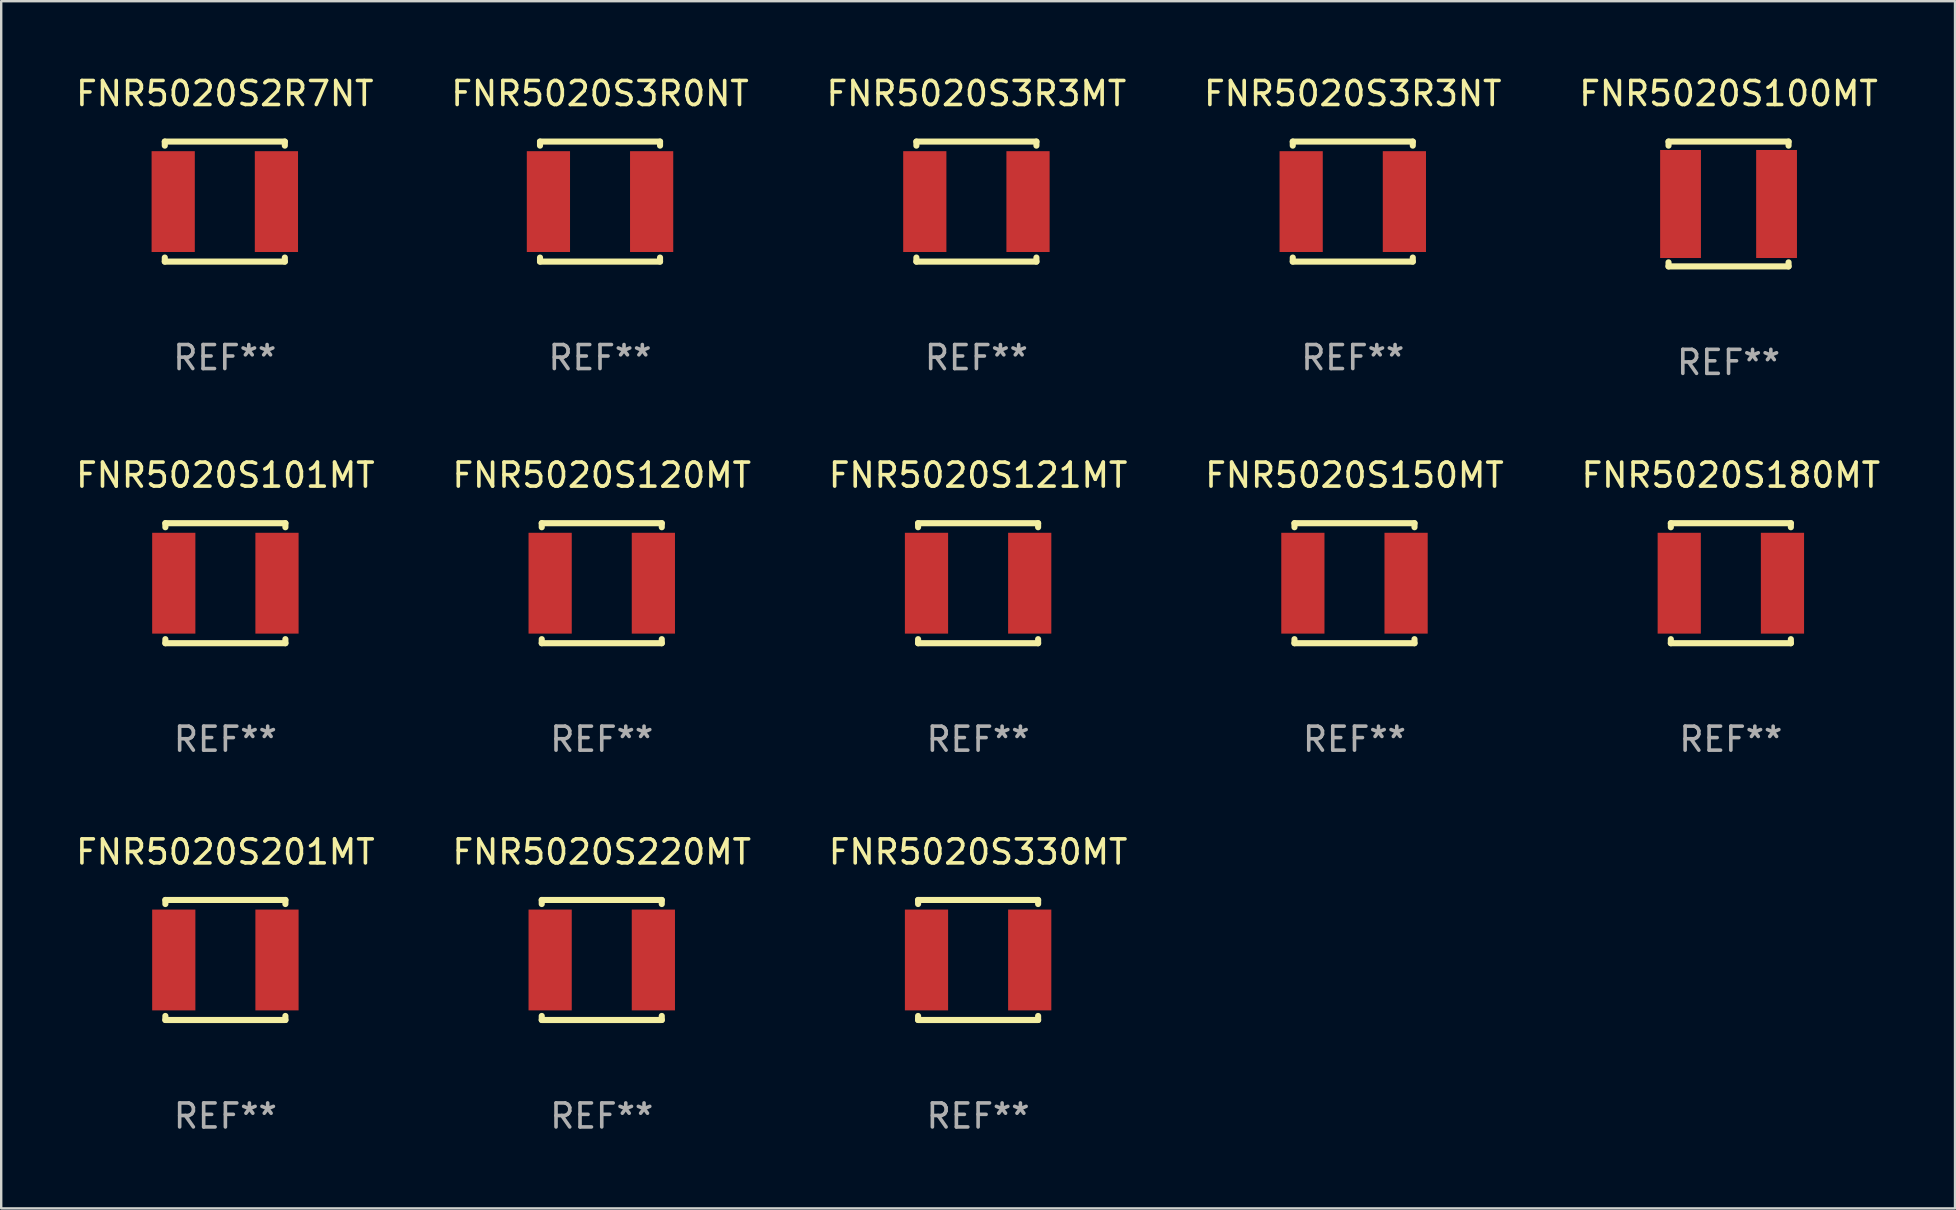
<source format=kicad_pcb>
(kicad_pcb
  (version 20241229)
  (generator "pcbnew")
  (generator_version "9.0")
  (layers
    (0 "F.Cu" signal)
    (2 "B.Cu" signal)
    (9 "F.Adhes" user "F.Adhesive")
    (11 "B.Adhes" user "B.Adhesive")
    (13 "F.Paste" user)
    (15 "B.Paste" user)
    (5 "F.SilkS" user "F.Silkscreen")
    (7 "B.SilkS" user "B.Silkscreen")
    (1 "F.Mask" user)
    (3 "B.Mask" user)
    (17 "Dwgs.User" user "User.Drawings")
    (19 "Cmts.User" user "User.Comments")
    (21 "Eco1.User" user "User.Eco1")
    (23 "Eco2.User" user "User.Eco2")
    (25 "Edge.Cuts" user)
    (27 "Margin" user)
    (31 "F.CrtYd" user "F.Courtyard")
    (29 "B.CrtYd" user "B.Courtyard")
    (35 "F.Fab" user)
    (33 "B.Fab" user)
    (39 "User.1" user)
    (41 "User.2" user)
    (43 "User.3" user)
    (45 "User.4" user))
  (footprint "FNR5020S330MT"
    (layer "F.Cu")
    (at 37.696 36.941)
    (property "Reference" "FNR5020S330MT" (at 0 -4.5 0) (layer "F.SilkS") (effects (font (size 1 1) (thickness 0.15))))
    (attr through_hole)
    (fp_line (start -2.5 -2.5) (end -2.5 -2.331) (stroke (width 0.254) (type solid)) (layer "F.SilkS"))
    (fp_line (start -2.5 -2.5) (end 2.5 -2.5) (stroke (width 0.254) (type solid)) (layer "F.SilkS"))
    (fp_line (start -2.5 2.331) (end -2.5 2.5) (stroke (width 0.254) (type solid)) (layer "F.SilkS"))
    (fp_line (start -2.5 2.5) (end 2.5 2.5) (stroke (width 0.254) (type solid)) (layer "F.SilkS"))
    (fp_line (start 2.5 -2.331) (end 2.5 -2.5) (stroke (width 0.254) (type solid)) (layer "F.SilkS"))
    (fp_line (start 2.5 2.5) (end 2.5 2.331) (stroke (width 0.254) (type solid)) (layer "F.SilkS"))
    (fp_circle (center -2.5 2.5) (end -2.47 2.5) (stroke (width 0.06) (type solid)) (fill no) (layer "F.SilkS"))
    (fp_text user "REF**" (at 0 6.5 0) (layer "F.Fab") (effects (font (size 1 1) (thickness 0.15))))
    (pad "1" smd rect (at -2.15 0) (size 1.8 4.2) (layers "F.Cu" "F.Mask" "F.Paste"))
    (pad "2" smd rect (at 2.15 0) (size 1.8 4.2) (layers "F.Cu" "F.Mask" "F.Paste")))
  (footprint "FNR5020S101MT"
    (layer "F.Cu")
    (at 6.339 21.245)
    (property "Reference" "FNR5020S101MT" (at 0 -4.5 0) (layer "F.SilkS") (effects (font (size 1 1) (thickness 0.15))))
    (attr through_hole)
    (fp_line (start -2.5 -2.5) (end -2.5 -2.331) (stroke (width 0.254) (type solid)) (layer "F.SilkS"))
    (fp_line (start -2.5 -2.5) (end 2.5 -2.5) (stroke (width 0.254) (type solid)) (layer "F.SilkS"))
    (fp_line (start -2.5 2.331) (end -2.5 2.5) (stroke (width 0.254) (type solid)) (layer "F.SilkS"))
    (fp_line (start -2.5 2.5) (end 2.5 2.5) (stroke (width 0.254) (type solid)) (layer "F.SilkS"))
    (fp_line (start 2.5 -2.331) (end 2.5 -2.5) (stroke (width 0.254) (type solid)) (layer "F.SilkS"))
    (fp_line (start 2.5 2.5) (end 2.5 2.331) (stroke (width 0.254) (type solid)) (layer "F.SilkS"))
    (fp_circle (center -2.5 2.5) (end -2.47 2.5) (stroke (width 0.06) (type solid)) (fill no) (layer "F.SilkS"))
    (fp_text user "REF**" (at 0 6.5 0) (layer "F.Fab") (effects (font (size 1 1) (thickness 0.15))))
    (pad "1" smd rect (at -2.15 0) (size 1.8 4.2) (layers "F.Cu" "F.Mask" "F.Paste"))
    (pad "2" smd rect (at 2.15 0) (size 1.8 4.2) (layers "F.Cu" "F.Mask" "F.Paste")))
  (footprint "FNR5020S2R7NT"
    (layer "F.Cu")
    (at 6.315 5.348)
    (property "Reference" "FNR5020S2R7NT" (at 0 -4.5 0) (layer "F.SilkS") (effects (font (size 1 1) (thickness 0.15))))
    (attr through_hole)
    (fp_line (start -2.5 -2.5) (end -2.5 -2.331) (stroke (width 0.254) (type solid)) (layer "F.SilkS"))
    (fp_line (start -2.5 -2.5) (end 2.5 -2.5) (stroke (width 0.254) (type solid)) (layer "F.SilkS"))
    (fp_line (start -2.5 2.331) (end -2.5 2.5) (stroke (width 0.254) (type solid)) (layer "F.SilkS"))
    (fp_line (start -2.5 2.5) (end 2.5 2.5) (stroke (width 0.254) (type solid)) (layer "F.SilkS"))
    (fp_line (start 2.5 -2.331) (end 2.5 -2.5) (stroke (width 0.254) (type solid)) (layer "F.SilkS"))
    (fp_line (start 2.5 2.5) (end 2.5 2.331) (stroke (width 0.254) (type solid)) (layer "F.SilkS"))
    (fp_circle (center -2.5 2.5) (end -2.47 2.5) (stroke (width 0.06) (type solid)) (fill no) (layer "F.SilkS"))
    (fp_text user "REF**" (at 0 6.5 0) (layer "F.Fab") (effects (font (size 1 1) (thickness 0.15))))
    (pad "1" smd rect (at -2.15 0) (size 1.8 4.2) (layers "F.Cu" "F.Mask" "F.Paste"))
    (pad "2" smd rect (at 2.15 0) (size 1.8 4.2) (layers "F.Cu" "F.Mask" "F.Paste")))
  (footprint "FNR5020S100MT"
    (layer "F.Cu")
    (at 68.958 5.448)
    (property "Reference" "FNR5020S100MT" (at 0 -4.6 0) (layer "F.SilkS") (effects (font (size 1 1) (thickness 0.15))))
    (attr through_hole)
    (fp_line (start -2.5 -2.6) (end -2.5 -2.431) (stroke (width 0.254) (type solid)) (layer "F.SilkS"))
    (fp_line (start -2.5 -2.6) (end 2.5 -2.6) (stroke (width 0.254) (type solid)) (layer "F.SilkS"))
    (fp_line (start -2.5 2.431) (end -2.5 2.6) (stroke (width 0.254) (type solid)) (layer "F.SilkS"))
    (fp_line (start -2.5 2.6) (end 2.5 2.6) (stroke (width 0.254) (type solid)) (layer "F.SilkS"))
    (fp_line (start 2.5 -2.431) (end 2.5 -2.6) (stroke (width 0.254) (type solid)) (layer "F.SilkS"))
    (fp_line (start 2.5 2.6) (end 2.5 2.431) (stroke (width 0.254) (type solid)) (layer "F.SilkS"))
    (fp_circle (center -2.5 2.5) (end -2.47 2.5) (stroke (width 0.06) (type solid)) (fill no) (layer "F.SilkS"))
    (fp_text user "REF**" (at 0 6.6 0) (layer "F.Fab") (effects (font (size 1 1) (thickness 0.15))))
    (pad "1" smd rect (at -2 0) (size 1.7 4.5) (layers "F.Cu" "F.Mask" "F.Paste"))
    (pad "2" smd rect (at 2 0) (size 1.7 4.5) (layers "F.Cu" "F.Mask" "F.Paste")))
  (footprint "FNR5020S220MT"
    (layer "F.Cu")
    (at 22.018 36.941)
    (property "Reference" "FNR5020S220MT" (at 0 -4.5 0) (layer "F.SilkS") (effects (font (size 1 1) (thickness 0.15))))
    (attr through_hole)
    (fp_line (start -2.5 -2.5) (end -2.5 -2.331) (stroke (width 0.254) (type solid)) (layer "F.SilkS"))
    (fp_line (start -2.5 -2.5) (end 2.5 -2.5) (stroke (width 0.254) (type solid)) (layer "F.SilkS"))
    (fp_line (start -2.5 2.331) (end -2.5 2.5) (stroke (width 0.254) (type solid)) (layer "F.SilkS"))
    (fp_line (start -2.5 2.5) (end 2.5 2.5) (stroke (width 0.254) (type solid)) (layer "F.SilkS"))
    (fp_line (start 2.5 -2.331) (end 2.5 -2.5) (stroke (width 0.254) (type solid)) (layer "F.SilkS"))
    (fp_line (start 2.5 2.5) (end 2.5 2.331) (stroke (width 0.254) (type solid)) (layer "F.SilkS"))
    (fp_circle (center -2.5 2.5) (end -2.47 2.5) (stroke (width 0.06) (type solid)) (fill no) (layer "F.SilkS"))
    (fp_text user "REF**" (at 0 6.5 0) (layer "F.Fab") (effects (font (size 1 1) (thickness 0.15))))
    (pad "1" smd rect (at -2.15 0) (size 1.8 4.2) (layers "F.Cu" "F.Mask" "F.Paste"))
    (pad "2" smd rect (at 2.15 0) (size 1.8 4.2) (layers "F.Cu" "F.Mask" "F.Paste")))
  (footprint "FNR5020S120MT"
    (layer "F.Cu")
    (at 22.018 21.245)
    (property "Reference" "FNR5020S120MT" (at 0 -4.5 0) (layer "F.SilkS") (effects (font (size 1 1) (thickness 0.15))))
    (attr through_hole)
    (fp_line (start -2.5 -2.5) (end -2.5 -2.331) (stroke (width 0.254) (type solid)) (layer "F.SilkS"))
    (fp_line (start -2.5 -2.5) (end 2.5 -2.5) (stroke (width 0.254) (type solid)) (layer "F.SilkS"))
    (fp_line (start -2.5 2.331) (end -2.5 2.5) (stroke (width 0.254) (type solid)) (layer "F.SilkS"))
    (fp_line (start -2.5 2.5) (end 2.5 2.5) (stroke (width 0.254) (type solid)) (layer "F.SilkS"))
    (fp_line (start 2.5 -2.331) (end 2.5 -2.5) (stroke (width 0.254) (type solid)) (layer "F.SilkS"))
    (fp_line (start 2.5 2.5) (end 2.5 2.331) (stroke (width 0.254) (type solid)) (layer "F.SilkS"))
    (fp_circle (center -2.5 2.5) (end -2.47 2.5) (stroke (width 0.06) (type solid)) (fill no) (layer "F.SilkS"))
    (fp_text user "REF**" (at 0 6.5 0) (layer "F.Fab") (effects (font (size 1 1) (thickness 0.15))))
    (pad "1" smd rect (at -2.15 0) (size 1.8 4.2) (layers "F.Cu" "F.Mask" "F.Paste"))
    (pad "2" smd rect (at 2.15 0) (size 1.8 4.2) (layers "F.Cu" "F.Mask" "F.Paste")))
  (footprint "FNR5020S201MT"
    (layer "F.Cu")
    (at 6.339 36.941)
    (property "Reference" "FNR5020S201MT" (at 0 -4.5 0) (layer "F.SilkS") (effects (font (size 1 1) (thickness 0.15))))
    (attr through_hole)
    (fp_line (start -2.5 -2.5) (end -2.5 -2.331) (stroke (width 0.254) (type solid)) (layer "F.SilkS"))
    (fp_line (start -2.5 -2.5) (end 2.5 -2.5) (stroke (width 0.254) (type solid)) (layer "F.SilkS"))
    (fp_line (start -2.5 2.331) (end -2.5 2.5) (stroke (width 0.254) (type solid)) (layer "F.SilkS"))
    (fp_line (start -2.5 2.5) (end 2.5 2.5) (stroke (width 0.254) (type solid)) (layer "F.SilkS"))
    (fp_line (start 2.5 -2.331) (end 2.5 -2.5) (stroke (width 0.254) (type solid)) (layer "F.SilkS"))
    (fp_line (start 2.5 2.5) (end 2.5 2.331) (stroke (width 0.254) (type solid)) (layer "F.SilkS"))
    (fp_circle (center -2.5 2.5) (end -2.47 2.5) (stroke (width 0.06) (type solid)) (fill no) (layer "F.SilkS"))
    (fp_text user "REF**" (at 0 6.5 0) (layer "F.Fab") (effects (font (size 1 1) (thickness 0.15))))
    (pad "1" smd rect (at -2.15 0) (size 1.8 4.2) (layers "F.Cu" "F.Mask" "F.Paste"))
    (pad "2" smd rect (at 2.15 0) (size 1.8 4.2) (layers "F.Cu" "F.Mask" "F.Paste")))
  (footprint "FNR5020S150MT"
    (layer "F.Cu")
    (at 53.375 21.245)
    (property "Reference" "FNR5020S150MT" (at 0 -4.5 0) (layer "F.SilkS") (effects (font (size 1 1) (thickness 0.15))))
    (attr through_hole)
    (fp_line (start -2.5 -2.5) (end -2.5 -2.331) (stroke (width 0.254) (type solid)) (layer "F.SilkS"))
    (fp_line (start -2.5 -2.5) (end 2.5 -2.5) (stroke (width 0.254) (type solid)) (layer "F.SilkS"))
    (fp_line (start -2.5 2.331) (end -2.5 2.5) (stroke (width 0.254) (type solid)) (layer "F.SilkS"))
    (fp_line (start -2.5 2.5) (end 2.5 2.5) (stroke (width 0.254) (type solid)) (layer "F.SilkS"))
    (fp_line (start 2.5 -2.331) (end 2.5 -2.5) (stroke (width 0.254) (type solid)) (layer "F.SilkS"))
    (fp_line (start 2.5 2.5) (end 2.5 2.331) (stroke (width 0.254) (type solid)) (layer "F.SilkS"))
    (fp_circle (center -2.5 2.5) (end -2.47 2.5) (stroke (width 0.06) (type solid)) (fill no) (layer "F.SilkS"))
    (fp_text user "REF**" (at 0 6.5 0) (layer "F.Fab") (effects (font (size 1 1) (thickness 0.15))))
    (pad "1" smd rect (at -2.15 0) (size 1.8 4.2) (layers "F.Cu" "F.Mask" "F.Paste"))
    (pad "2" smd rect (at 2.15 0) (size 1.8 4.2) (layers "F.Cu" "F.Mask" "F.Paste")))
  (footprint "FNR5020S3R0NT"
    (layer "F.Cu")
    (at 21.946 5.348)
    (property "Reference" "FNR5020S3R0NT" (at 0 -4.5 0) (layer "F.SilkS") (effects (font (size 1 1) (thickness 0.15))))
    (attr through_hole)
    (fp_line (start -2.5 -2.5) (end -2.5 -2.331) (stroke (width 0.254) (type solid)) (layer "F.SilkS"))
    (fp_line (start -2.5 -2.5) (end 2.5 -2.5) (stroke (width 0.254) (type solid)) (layer "F.SilkS"))
    (fp_line (start -2.5 2.331) (end -2.5 2.5) (stroke (width 0.254) (type solid)) (layer "F.SilkS"))
    (fp_line (start -2.5 2.5) (end 2.5 2.5) (stroke (width 0.254) (type solid)) (layer "F.SilkS"))
    (fp_line (start 2.5 -2.331) (end 2.5 -2.5) (stroke (width 0.254) (type solid)) (layer "F.SilkS"))
    (fp_line (start 2.5 2.5) (end 2.5 2.331) (stroke (width 0.254) (type solid)) (layer "F.SilkS"))
    (fp_circle (center -2.5 2.5) (end -2.47 2.5) (stroke (width 0.06) (type solid)) (fill no) (layer "F.SilkS"))
    (fp_text user "REF**" (at 0 6.5 0) (layer "F.Fab") (effects (font (size 1 1) (thickness 0.15))))
    (pad "1" smd rect (at -2.15 0) (size 1.8 4.2) (layers "F.Cu" "F.Mask" "F.Paste"))
    (pad "2" smd rect (at 2.15 0) (size 1.8 4.2) (layers "F.Cu" "F.Mask" "F.Paste")))
  (footprint "FNR5020S3R3MT"
    (layer "F.Cu")
    (at 37.625 5.348)
    (property "Reference" "FNR5020S3R3MT" (at 0 -4.5 0) (layer "F.SilkS") (effects (font (size 1 1) (thickness 0.15))))
    (attr through_hole)
    (fp_line (start -2.5 -2.5) (end -2.5 -2.331) (stroke (width 0.254) (type solid)) (layer "F.SilkS"))
    (fp_line (start -2.5 -2.5) (end 2.5 -2.5) (stroke (width 0.254) (type solid)) (layer "F.SilkS"))
    (fp_line (start -2.5 2.331) (end -2.5 2.5) (stroke (width 0.254) (type solid)) (layer "F.SilkS"))
    (fp_line (start -2.5 2.5) (end 2.5 2.5) (stroke (width 0.254) (type solid)) (layer "F.SilkS"))
    (fp_line (start 2.5 -2.331) (end 2.5 -2.5) (stroke (width 0.254) (type solid)) (layer "F.SilkS"))
    (fp_line (start 2.5 2.5) (end 2.5 2.331) (stroke (width 0.254) (type solid)) (layer "F.SilkS"))
    (fp_circle (center -2.5 2.5) (end -2.47 2.5) (stroke (width 0.06) (type solid)) (fill no) (layer "F.SilkS"))
    (fp_text user "REF**" (at 0 6.5 0) (layer "F.Fab") (effects (font (size 1 1) (thickness 0.15))))
    (pad "1" smd rect (at -2.15 0) (size 1.8 4.2) (layers "F.Cu" "F.Mask" "F.Paste"))
    (pad "2" smd rect (at 2.15 0) (size 1.8 4.2) (layers "F.Cu" "F.Mask" "F.Paste")))
  (footprint "FNR5020S121MT"
    (layer "F.Cu")
    (at 37.696 21.245)
    (property "Reference" "FNR5020S121MT" (at 0 -4.5 0) (layer "F.SilkS") (effects (font (size 1 1) (thickness 0.15))))
    (attr through_hole)
    (fp_line (start -2.5 -2.5) (end -2.5 -2.331) (stroke (width 0.254) (type solid)) (layer "F.SilkS"))
    (fp_line (start -2.5 -2.5) (end 2.5 -2.5) (stroke (width 0.254) (type solid)) (layer "F.SilkS"))
    (fp_line (start -2.5 2.331) (end -2.5 2.5) (stroke (width 0.254) (type solid)) (layer "F.SilkS"))
    (fp_line (start -2.5 2.5) (end 2.5 2.5) (stroke (width 0.254) (type solid)) (layer "F.SilkS"))
    (fp_line (start 2.5 -2.331) (end 2.5 -2.5) (stroke (width 0.254) (type solid)) (layer "F.SilkS"))
    (fp_line (start 2.5 2.5) (end 2.5 2.331) (stroke (width 0.254) (type solid)) (layer "F.SilkS"))
    (fp_circle (center -2.5 2.5) (end -2.47 2.5) (stroke (width 0.06) (type solid)) (fill no) (layer "F.SilkS"))
    (fp_text user "REF**" (at 0 6.5 0) (layer "F.Fab") (effects (font (size 1 1) (thickness 0.15))))
    (pad "1" smd rect (at -2.15 0) (size 1.8 4.2) (layers "F.Cu" "F.Mask" "F.Paste"))
    (pad "2" smd rect (at 2.15 0) (size 1.8 4.2) (layers "F.Cu" "F.Mask" "F.Paste")))
  (footprint "FNR5020S180MT"
    (layer "F.Cu")
    (at 69.054 21.245)
    (property "Reference" "FNR5020S180MT" (at 0 -4.5 0) (layer "F.SilkS") (effects (font (size 1 1) (thickness 0.15))))
    (attr through_hole)
    (fp_line (start -2.5 -2.5) (end -2.5 -2.331) (stroke (width 0.254) (type solid)) (layer "F.SilkS"))
    (fp_line (start -2.5 -2.5) (end 2.5 -2.5) (stroke (width 0.254) (type solid)) (layer "F.SilkS"))
    (fp_line (start -2.5 2.331) (end -2.5 2.5) (stroke (width 0.254) (type solid)) (layer "F.SilkS"))
    (fp_line (start -2.5 2.5) (end 2.5 2.5) (stroke (width 0.254) (type solid)) (layer "F.SilkS"))
    (fp_line (start 2.5 -2.331) (end 2.5 -2.5) (stroke (width 0.254) (type solid)) (layer "F.SilkS"))
    (fp_line (start 2.5 2.5) (end 2.5 2.331) (stroke (width 0.254) (type solid)) (layer "F.SilkS"))
    (fp_circle (center -2.5 2.5) (end -2.47 2.5) (stroke (width 0.06) (type solid)) (fill no) (layer "F.SilkS"))
    (fp_text user "REF**" (at 0 6.5 0) (layer "F.Fab") (effects (font (size 1 1) (thickness 0.15))))
    (pad "1" smd rect (at -2.15 0) (size 1.8 4.2) (layers "F.Cu" "F.Mask" "F.Paste"))
    (pad "2" smd rect (at 2.15 0) (size 1.8 4.2) (layers "F.Cu" "F.Mask" "F.Paste")))
  (footprint "FNR5020S3R3NT"
    (layer "F.Cu")
    (at 53.304 5.348)
    (property "Reference" "FNR5020S3R3NT" (at 0 -4.5 0) (layer "F.SilkS") (effects (font (size 1 1) (thickness 0.15))))
    (attr through_hole)
    (fp_line (start -2.5 -2.5) (end -2.5 -2.331) (stroke (width 0.254) (type solid)) (layer "F.SilkS"))
    (fp_line (start -2.5 -2.5) (end 2.5 -2.5) (stroke (width 0.254) (type solid)) (layer "F.SilkS"))
    (fp_line (start -2.5 2.331) (end -2.5 2.5) (stroke (width 0.254) (type solid)) (layer "F.SilkS"))
    (fp_line (start -2.5 2.5) (end 2.5 2.5) (stroke (width 0.254) (type solid)) (layer "F.SilkS"))
    (fp_line (start 2.5 -2.331) (end 2.5 -2.5) (stroke (width 0.254) (type solid)) (layer "F.SilkS"))
    (fp_line (start 2.5 2.5) (end 2.5 2.331) (stroke (width 0.254) (type solid)) (layer "F.SilkS"))
    (fp_circle (center -2.5 2.5) (end -2.47 2.5) (stroke (width 0.06) (type solid)) (fill no) (layer "F.SilkS"))
    (fp_text user "REF**" (at 0 6.5 0) (layer "F.Fab") (effects (font (size 1 1) (thickness 0.15))))
    (pad "1" smd rect (at -2.15 0) (size 1.8 4.2) (layers "F.Cu" "F.Mask" "F.Paste"))
    (pad "2" smd rect (at 2.15 0) (size 1.8 4.2) (layers "F.Cu" "F.Mask" "F.Paste")))
  (gr_rect
    (start -3 -3)
    (end 78.393 47.289)
    (stroke (width 0.1) (type default))
    (fill no)
    (layer "Edge.Cuts")))
</source>
